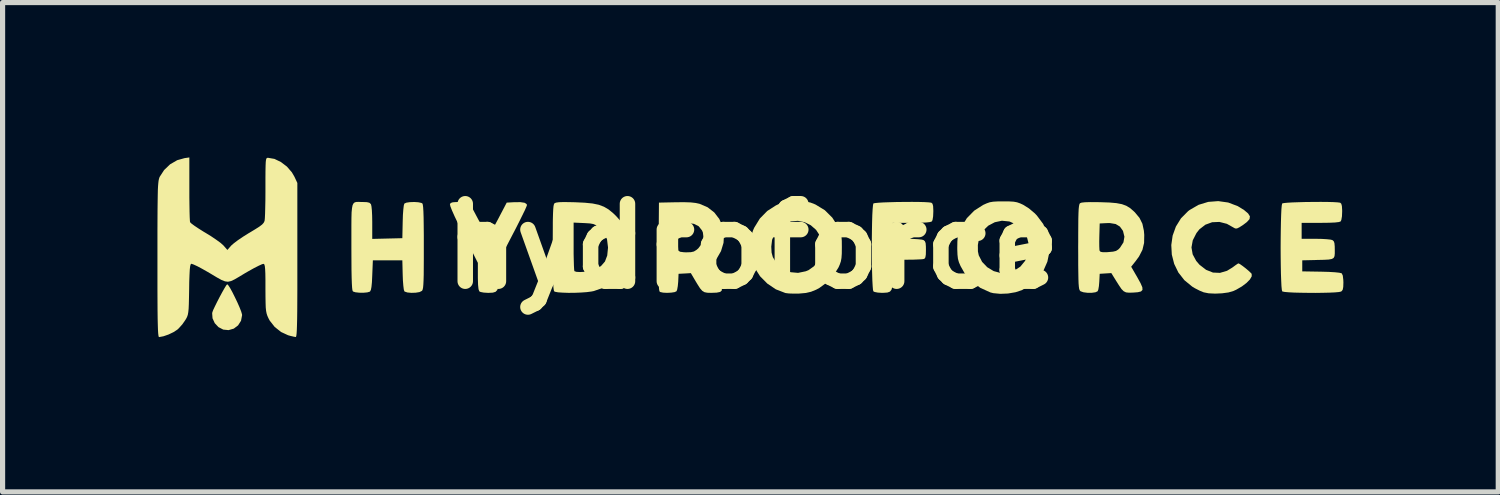
<source format=kicad_pcb>
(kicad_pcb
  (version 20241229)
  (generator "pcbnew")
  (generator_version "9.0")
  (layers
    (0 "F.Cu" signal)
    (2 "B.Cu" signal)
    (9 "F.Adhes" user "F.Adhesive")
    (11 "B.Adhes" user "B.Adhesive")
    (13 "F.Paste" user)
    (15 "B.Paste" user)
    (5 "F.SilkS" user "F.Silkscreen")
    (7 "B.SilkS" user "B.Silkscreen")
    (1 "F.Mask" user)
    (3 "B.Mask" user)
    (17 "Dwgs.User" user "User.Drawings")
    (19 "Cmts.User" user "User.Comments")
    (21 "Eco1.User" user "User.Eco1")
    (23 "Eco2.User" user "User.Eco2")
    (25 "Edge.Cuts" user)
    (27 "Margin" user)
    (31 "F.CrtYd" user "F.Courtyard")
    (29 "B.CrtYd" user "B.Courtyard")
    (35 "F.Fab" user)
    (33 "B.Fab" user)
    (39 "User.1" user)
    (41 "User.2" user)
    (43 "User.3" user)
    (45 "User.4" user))
  (footprint "hydroforce"
    (layer "F.Cu")
    (at 11.534 1.719)
    (property "Reference" "hydroforce" (at 0 0 0) (layer "F.SilkS") (effects (font (size 1.5 1.5) (thickness 0.3))))
    (attr board_only exclude_from_pos_files exclude_from_bom)
    (fp_poly (pts (xy -10.161 0.758) (xy -10.126 0.812) (xy -10.082 0.892) (xy -10.035 0.986) (xy -9.987 1.086) (xy -9.945 1.181) (xy -9.913 1.262) (xy -9.896 1.32) (xy -9.894 1.335) (xy -9.915 1.445) (xy -9.972 1.534) (xy -10.055 1.597) (xy -10.156 1.626) (xy -10.259 1.616) (xy -10.352 1.568) (xy -10.424 1.491) (xy -10.467 1.397) (xy -10.474 1.3) (xy -10.47 1.279) (xy -10.454 1.236) (xy -10.421 1.166) (xy -10.378 1.079) (xy -10.33 0.986) (xy -10.281 0.895) (xy -10.237 0.817) (xy -10.203 0.761) (xy -10.184 0.738) (xy -10.183 0.737)) (stroke (width 0) (type solid)) (fill yes) (layer "F.SilkS"))
    (fp_poly (pts (xy -5.328 -0.535) (xy -5.268 -0.424) (xy -5.215 -0.329) (xy -5.172 -0.259) (xy -5.144 -0.22) (xy -5.137 -0.214) (xy -5.117 -0.223) (xy -5.09 -0.254) (xy -5.053 -0.312) (xy -5.002 -0.4) (xy -4.935 -0.525) (xy -4.9 -0.592) (xy -4.768 -0.844) (xy -4.627 -0.852) (xy -4.503 -0.853) (xy -4.422 -0.841) (xy -4.382 -0.815) (xy -4.376 -0.795) (xy -4.387 -0.765) (xy -4.416 -0.698) (xy -4.463 -0.602) (xy -4.522 -0.483) (xy -4.591 -0.346) (xy -4.65 -0.233) (xy -4.923 0.293) (xy -4.923 0.561) (xy -4.925 0.695) (xy -4.932 0.789) (xy -4.951 0.849) (xy -4.984 0.884) (xy -5.037 0.9) (xy -5.114 0.904) (xy -5.134 0.904) (xy -5.214 0.899) (xy -5.275 0.887) (xy -5.299 0.875) (xy -5.314 0.834) (xy -5.323 0.748) (xy -5.327 0.617) (xy -5.327 0.585) (xy -5.327 0.323) (xy -5.605 -0.226) (xy -5.701 -0.419) (xy -5.776 -0.575) (xy -5.829 -0.694) (xy -5.86 -0.774) (xy -5.868 -0.814) (xy -5.868 -0.816) (xy -5.851 -0.837) (xy -5.814 -0.85) (xy -5.748 -0.855) (xy -5.675 -0.856) (xy -5.498 -0.856)) (stroke (width 0) (type solid)) (fill yes) (layer "F.SilkS"))
    (fp_poly (pts (xy 9.208 -0.846) (xy 9.393 -0.776) (xy 9.516 -0.7) (xy 9.594 -0.634) (xy 9.629 -0.578) (xy 9.622 -0.525) (xy 9.571 -0.468) (xy 9.5 -0.414) (xy 9.426 -0.366) (xy 9.378 -0.343) (xy 9.346 -0.343) (xy 9.327 -0.352) (xy 9.183 -0.433) (xy 9.038 -0.47) (xy 8.897 -0.464) (xy 8.766 -0.416) (xy 8.651 -0.327) (xy 8.594 -0.255) (xy 8.522 -0.114) (xy 8.497 0.024) (xy 8.52 0.158) (xy 8.589 0.286) (xy 8.653 0.36) (xy 8.78 0.458) (xy 8.913 0.511) (xy 9.049 0.517) (xy 9.185 0.477) (xy 9.287 0.415) (xy 9.348 0.37) (xy 9.392 0.34) (xy 9.408 0.333) (xy 9.436 0.347) (xy 9.487 0.383) (xy 9.548 0.43) (xy 9.606 0.479) (xy 9.649 0.52) (xy 9.663 0.536) (xy 9.664 0.584) (xy 9.629 0.645) (xy 9.563 0.712) (xy 9.473 0.78) (xy 9.366 0.842) (xy 9.31 0.868) (xy 9.214 0.896) (xy 9.089 0.913) (xy 8.955 0.919) (xy 8.83 0.913) (xy 8.734 0.894) (xy 8.656 0.862) (xy 8.564 0.815) (xy 8.511 0.783) (xy 8.36 0.659) (xy 8.243 0.51) (xy 8.162 0.343) (xy 8.116 0.163) (xy 8.106 -0.022) (xy 8.132 -0.205) (xy 8.195 -0.38) (xy 8.294 -0.54) (xy 8.431 -0.678) (xy 8.461 -0.701) (xy 8.634 -0.801) (xy 8.821 -0.858) (xy 9.015 -0.873)) (stroke (width 0) (type solid)) (fill yes) (layer "F.SilkS"))
    (fp_poly (pts (xy 3.212 -0.857) (xy 3.323 -0.854) (xy 3.407 -0.849) (xy 3.455 -0.843) (xy 3.458 -0.842) (xy 3.48 -0.822) (xy 3.492 -0.777) (xy 3.496 -0.696) (xy 3.496 -0.668) (xy 3.492 -0.577) (xy 3.481 -0.509) (xy 3.468 -0.48) (xy 3.434 -0.468) (xy 3.361 -0.459) (xy 3.245 -0.454) (xy 3.085 -0.452) (xy 3.075 -0.452) (xy 2.711 -0.452) (xy 2.711 -0.297) (xy 2.711 -0.143) (xy 2.986 -0.143) (xy 3.1 -0.141) (xy 3.2 -0.135) (xy 3.273 -0.127) (xy 3.307 -0.118) (xy 3.332 -0.097) (xy 3.347 -0.06) (xy 3.352 0.004) (xy 3.353 0.07) (xy 3.351 0.162) (xy 3.342 0.217) (xy 3.324 0.243) (xy 3.316 0.247) (xy 3.278 0.253) (xy 3.204 0.257) (xy 3.104 0.261) (xy 2.995 0.262) (xy 2.711 0.262) (xy 2.711 0.545) (xy 2.71 0.683) (xy 2.703 0.78) (xy 2.686 0.843) (xy 2.656 0.88) (xy 2.607 0.898) (xy 2.536 0.903) (xy 2.5 0.904) (xy 2.421 0.899) (xy 2.359 0.887) (xy 2.335 0.875) (xy 2.327 0.844) (xy 2.321 0.772) (xy 2.315 0.665) (xy 2.311 0.532) (xy 2.307 0.378) (xy 2.305 0.21) (xy 2.305 0.034) (xy 2.305 -0.141) (xy 2.307 -0.31) (xy 2.31 -0.467) (xy 2.314 -0.603) (xy 2.32 -0.713) (xy 2.327 -0.79) (xy 2.334 -0.826) (xy 2.335 -0.828) (xy 2.366 -0.835) (xy 2.436 -0.842) (xy 2.536 -0.848) (xy 2.66 -0.852) (xy 2.797 -0.856) (xy 2.94 -0.857) (xy 3.081 -0.858)) (stroke (width 0) (type solid)) (fill yes) (layer "F.SilkS"))
    (fp_poly (pts (xy 4.969 -0.867) (xy 5.053 -0.862) (xy 5.118 -0.85) (xy 5.178 -0.829) (xy 5.236 -0.802) (xy 5.348 -0.732) (xy 5.462 -0.636) (xy 5.502 -0.594) (xy 5.624 -0.431) (xy 5.704 -0.253) (xy 5.743 -0.068) (xy 5.743 0.119) (xy 5.705 0.301) (xy 5.63 0.472) (xy 5.519 0.626) (xy 5.373 0.757) (xy 5.211 0.852) (xy 5.088 0.892) (xy 4.942 0.917) (xy 4.793 0.923) (xy 4.658 0.91) (xy 4.602 0.896) (xy 4.406 0.807) (xy 4.238 0.681) (xy 4.101 0.522) (xy 4.024 0.386) (xy 3.992 0.312) (xy 3.973 0.244) (xy 3.964 0.165) (xy 3.96 0.06) (xy 3.96 0.024) (xy 3.961 -0.023) (xy 4.359 -0.023) (xy 4.36 0.101) (xy 4.376 0.177) (xy 4.441 0.304) (xy 4.541 0.408) (xy 4.666 0.483) (xy 4.804 0.52) (xy 4.852 0.522) (xy 4.945 0.512) (xy 5.038 0.486) (xy 5.054 0.479) (xy 5.181 0.397) (xy 5.274 0.284) (xy 5.331 0.148) (xy 5.346 -0.004) (xy 5.344 -0.04) (xy 5.306 -0.191) (xy 5.23 -0.317) (xy 5.118 -0.413) (xy 4.974 -0.477) (xy 4.964 -0.479) (xy 4.825 -0.493) (xy 4.687 -0.464) (xy 4.56 -0.397) (xy 4.455 -0.295) (xy 4.424 -0.251) (xy 4.381 -0.148) (xy 4.359 -0.023) (xy 3.961 -0.023) (xy 3.962 -0.088) (xy 3.968 -0.17) (xy 3.984 -0.238) (xy 4.011 -0.309) (xy 4.035 -0.362) (xy 4.145 -0.542) (xy 4.288 -0.688) (xy 4.461 -0.799) (xy 4.53 -0.83) (xy 4.59 -0.851) (xy 4.655 -0.862) (xy 4.741 -0.867) (xy 4.852 -0.868)) (stroke (width 0) (type solid)) (fill yes) (layer "F.SilkS"))
    (fp_poly (pts (xy -1.202 -0.848) (xy -1.106 -0.837) (xy -1.033 -0.821) (xy -0.875 -0.753) (xy -0.747 -0.653) (xy -0.65 -0.527) (xy -0.587 -0.383) (xy -0.559 -0.227) (xy -0.568 -0.065) (xy -0.617 0.096) (xy -0.705 0.249) (xy -0.727 0.278) (xy -0.773 0.338) (xy -0.803 0.387) (xy -0.809 0.405) (xy -0.797 0.438) (xy -0.766 0.499) (xy -0.721 0.578) (xy -0.702 0.61) (xy -0.637 0.723) (xy -0.602 0.802) (xy -0.6 0.855) (xy -0.632 0.886) (xy -0.701 0.9) (xy -0.808 0.904) (xy -0.809 0.904) (xy -0.883 0.902) (xy -0.937 0.891) (xy -0.98 0.865) (xy -1.023 0.816) (xy -1.074 0.736) (xy -1.108 0.68) (xy -1.201 0.522) (xy -1.32 0.529) (xy -1.439 0.535) (xy -1.446 0.689) (xy -1.454 0.773) (xy -1.466 0.841) (xy -1.479 0.873) (xy -1.516 0.89) (xy -1.583 0.9) (xy -1.663 0.904) (xy -1.739 0.9) (xy -1.793 0.888) (xy -1.802 0.884) (xy -1.81 0.869) (xy -1.817 0.832) (xy -1.821 0.77) (xy -1.825 0.679) (xy -1.827 0.555) (xy -1.827 0.394) (xy -1.827 0.193) (xy -1.826 0.01) (xy -1.825 -0.086) (xy -1.447 -0.086) (xy -1.447 0.005) (xy -1.444 0.067) (xy -1.44 0.088) (xy -1.409 0.108) (xy -1.333 0.118) (xy -1.285 0.119) (xy -1.199 0.116) (xy -1.142 0.103) (xy -1.093 0.073) (xy -1.057 0.042) (xy -0.985 -0.052) (xy -0.955 -0.158) (xy -0.968 -0.266) (xy -0.985 -0.305) (xy -1.049 -0.386) (xy -1.142 -0.433) (xy -1.268 -0.448) (xy -1.303 -0.447) (xy -1.439 -0.44) (xy -1.446 -0.192) (xy -1.447 -0.086) (xy -1.825 -0.086) (xy -1.819 -0.844) (xy -1.489 -0.851) (xy -1.326 -0.852)) (stroke (width 0) (type solid)) (fill yes) (layer "F.SilkS"))
    (fp_poly (pts (xy 0.961 -0.866) (xy 1.046 -0.86) (xy 1.113 -0.846) (xy 1.179 -0.822) (xy 1.217 -0.805) (xy 1.394 -0.697) (xy 1.539 -0.553) (xy 1.647 -0.384) (xy 1.682 -0.309) (xy 1.705 -0.247) (xy 1.717 -0.184) (xy 1.723 -0.104) (xy 1.724 0.007) (xy 1.724 0.023) (xy 1.723 0.142) (xy 1.717 0.228) (xy 1.705 0.295) (xy 1.683 0.358) (xy 1.66 0.41) (xy 1.566 0.562) (xy 1.438 0.699) (xy 1.289 0.809) (xy 1.226 0.843) (xy 1.127 0.883) (xy 1.028 0.906) (xy 0.907 0.917) (xy 0.893 0.918) (xy 0.792 0.919) (xy 0.699 0.916) (xy 0.634 0.908) (xy 0.627 0.906) (xy 0.446 0.836) (xy 0.281 0.725) (xy 0.14 0.583) (xy 0.034 0.416) (xy 0.002 0.346) (xy -0.018 0.286) (xy -0.03 0.221) (xy -0.035 0.136) (xy -0.036 0.024) (xy -0.036 0.009) (xy 0.357 0.009) (xy 0.363 0.124) (xy 0.387 0.212) (xy 0.437 0.294) (xy 0.48 0.346) (xy 0.597 0.446) (xy 0.731 0.504) (xy 0.876 0.517) (xy 1.025 0.486) (xy 1.079 0.464) (xy 1.183 0.39) (xy 1.268 0.283) (xy 1.325 0.156) (xy 1.349 0.022) (xy 1.345 -0.058) (xy 1.301 -0.199) (xy 1.225 -0.316) (xy 1.123 -0.405) (xy 1.003 -0.465) (xy 0.873 -0.491) (xy 0.74 -0.481) (xy 0.613 -0.432) (xy 0.533 -0.376) (xy 0.431 -0.259) (xy 0.373 -0.124) (xy 0.357 0.009) (xy -0.036 0.009) (xy -0.034 -0.095) (xy -0.029 -0.181) (xy -0.016 -0.248) (xy 0.005 -0.309) (xy 0.026 -0.357) (xy 0.136 -0.536) (xy 0.279 -0.682) (xy 0.447 -0.79) (xy 0.524 -0.826) (xy 0.588 -0.849) (xy 0.654 -0.862) (xy 0.737 -0.867) (xy 0.844 -0.868)) (stroke (width 0) (type solid)) (fill yes) (layer "F.SilkS"))
    (fp_poly (pts (xy -3.535 -0.853) (xy -3.443 -0.851) (xy -3.255 -0.842) (xy -3.105 -0.827) (xy -2.984 -0.802) (xy -2.884 -0.764) (xy -2.794 -0.711) (xy -2.706 -0.639) (xy -2.65 -0.585) (xy -2.549 -0.472) (xy -2.48 -0.36) (xy -2.438 -0.238) (xy -2.418 -0.092) (xy -2.415 0.036) (xy -2.417 0.15) (xy -2.427 0.235) (xy -2.446 0.309) (xy -2.48 0.39) (xy -2.482 0.395) (xy -2.584 0.562) (xy -2.72 0.699) (xy -2.887 0.802) (xy -3.081 0.869) (xy -3.126 0.878) (xy -3.217 0.89) (xy -3.328 0.898) (xy -3.45 0.903) (xy -3.572 0.904) (xy -3.683 0.9) (xy -3.773 0.894) (xy -3.832 0.883) (xy -3.848 0.875) (xy -3.856 0.853) (xy -3.863 0.803) (xy -3.868 0.722) (xy -3.872 0.606) (xy -3.875 0.453) (xy -3.876 0.258) (xy -3.877 0.022) (xy -3.876 -0.202) (xy -3.875 -0.383) (xy -3.875 -0.457) (xy -3.472 -0.457) (xy -3.472 0.005) (xy -3.472 0.149) (xy -3.469 0.276) (xy -3.466 0.379) (xy -3.462 0.451) (xy -3.457 0.483) (xy -3.456 0.484) (xy -3.417 0.497) (xy -3.347 0.501) (xy -3.259 0.496) (xy -3.168 0.485) (xy -3.089 0.467) (xy -3.056 0.454) (xy -2.942 0.385) (xy -2.865 0.297) (xy -2.821 0.181) (xy -2.806 0.033) (xy -2.806 0.021) (xy -2.825 -0.134) (xy -2.883 -0.262) (xy -2.981 -0.367) (xy -2.989 -0.373) (xy -3.039 -0.407) (xy -3.09 -0.429) (xy -3.157 -0.441) (xy -3.254 -0.447) (xy -3.274 -0.448) (xy -3.472 -0.457) (xy -3.875 -0.457) (xy -3.874 -0.526) (xy -3.871 -0.635) (xy -3.867 -0.715) (xy -3.862 -0.771) (xy -3.855 -0.806) (xy -3.846 -0.826) (xy -3.841 -0.832) (xy -3.812 -0.844) (xy -3.754 -0.852) (xy -3.664 -0.855)) (stroke (width 0) (type solid)) (fill yes) (layer "F.SilkS"))
    (fp_poly (pts (xy -7.586 -0.856) (xy -7.562 -0.856) (xy -7.478 -0.853) (xy -7.429 -0.842) (xy -7.402 -0.818) (xy -7.397 -0.81) (xy -7.388 -0.77) (xy -7.38 -0.693) (xy -7.375 -0.589) (xy -7.373 -0.47) (xy -7.373 -0.453) (xy -7.373 -0.141) (xy -7.081 -0.148) (xy -6.79 -0.155) (xy -6.783 -0.474) (xy -6.779 -0.604) (xy -6.771 -0.711) (xy -6.762 -0.787) (xy -6.751 -0.825) (xy -6.751 -0.825) (xy -6.712 -0.843) (xy -6.643 -0.853) (xy -6.56 -0.856) (xy -6.481 -0.851) (xy -6.421 -0.838) (xy -6.402 -0.828) (xy -6.394 -0.806) (xy -6.387 -0.755) (xy -6.382 -0.674) (xy -6.378 -0.558) (xy -6.376 -0.404) (xy -6.374 -0.208) (xy -6.374 0.015) (xy -6.374 0.237) (xy -6.375 0.416) (xy -6.376 0.556) (xy -6.379 0.664) (xy -6.383 0.743) (xy -6.388 0.799) (xy -6.395 0.835) (xy -6.404 0.857) (xy -6.411 0.866) (xy -6.457 0.889) (xy -6.531 0.901) (xy -6.614 0.904) (xy -6.691 0.897) (xy -6.743 0.88) (xy -6.751 0.873) (xy -6.762 0.837) (xy -6.771 0.764) (xy -6.779 0.663) (xy -6.783 0.557) (xy -6.79 0.274) (xy -7.075 0.274) (xy -7.361 0.274) (xy -7.373 0.566) (xy -7.379 0.697) (xy -7.388 0.788) (xy -7.399 0.845) (xy -7.414 0.875) (xy -7.42 0.881) (xy -7.469 0.895) (xy -7.543 0.902) (xy -7.625 0.901) (xy -7.698 0.893) (xy -7.745 0.878) (xy -7.748 0.875) (xy -7.757 0.853) (xy -7.763 0.804) (xy -7.768 0.723) (xy -7.772 0.608) (xy -7.775 0.455) (xy -7.776 0.261) (xy -7.777 0.023) (xy -7.777 0.01) (xy -7.777 -0.217) (xy -7.777 -0.4) (xy -7.776 -0.545) (xy -7.773 -0.656) (xy -7.765 -0.737) (xy -7.754 -0.793) (xy -7.736 -0.829) (xy -7.712 -0.849) (xy -7.679 -0.857) (xy -7.638 -0.858)) (stroke (width 0) (type solid)) (fill yes) (layer "F.SilkS"))
    (fp_poly (pts (xy 11.131 -0.857) (xy 11.242 -0.854) (xy 11.326 -0.849) (xy 11.374 -0.843) (xy 11.378 -0.842) (xy 11.399 -0.822) (xy 11.411 -0.777) (xy 11.416 -0.696) (xy 11.416 -0.668) (xy 11.412 -0.577) (xy 11.4 -0.509) (xy 11.387 -0.48) (xy 11.354 -0.468) (xy 11.28 -0.459) (xy 11.165 -0.454) (xy 11.005 -0.452) (xy 10.995 -0.452) (xy 10.631 -0.452) (xy 10.631 -0.297) (xy 10.631 -0.143) (xy 10.906 -0.143) (xy 11.02 -0.141) (xy 11.119 -0.135) (xy 11.193 -0.127) (xy 11.227 -0.118) (xy 11.252 -0.097) (xy 11.266 -0.061) (xy 11.272 0.003) (xy 11.273 0.072) (xy 11.273 0.143) (xy 11.268 0.193) (xy 11.251 0.227) (xy 11.215 0.248) (xy 11.154 0.259) (xy 11.06 0.264) (xy 10.926 0.267) (xy 10.904 0.268) (xy 10.643 0.274) (xy 10.643 0.381) (xy 10.643 0.488) (xy 11.01 0.494) (xy 11.156 0.498) (xy 11.275 0.505) (xy 11.36 0.514) (xy 11.405 0.525) (xy 11.408 0.527) (xy 11.428 0.569) (xy 11.438 0.652) (xy 11.44 0.704) (xy 11.437 0.79) (xy 11.427 0.842) (xy 11.407 0.87) (xy 11.394 0.879) (xy 11.354 0.888) (xy 11.276 0.895) (xy 11.169 0.9) (xy 11.041 0.903) (xy 10.901 0.905) (xy 10.756 0.904) (xy 10.615 0.902) (xy 10.486 0.899) (xy 10.378 0.893) (xy 10.3 0.886) (xy 10.258 0.877) (xy 10.255 0.875) (xy 10.247 0.844) (xy 10.24 0.772) (xy 10.235 0.665) (xy 10.23 0.532) (xy 10.227 0.378) (xy 10.225 0.21) (xy 10.224 0.034) (xy 10.225 -0.141) (xy 10.227 -0.31) (xy 10.23 -0.467) (xy 10.234 -0.603) (xy 10.239 -0.713) (xy 10.246 -0.79) (xy 10.254 -0.826) (xy 10.255 -0.828) (xy 10.286 -0.835) (xy 10.355 -0.842) (xy 10.456 -0.848) (xy 10.579 -0.852) (xy 10.717 -0.856) (xy 10.86 -0.857) (xy 11.001 -0.858)) (stroke (width 0) (type solid)) (fill yes) (layer "F.SilkS"))
    (fp_poly (pts (xy 6.678 -0.853) (xy 6.736 -0.852) (xy 6.909 -0.846) (xy 7.044 -0.834) (xy 7.149 -0.814) (xy 7.234 -0.783) (xy 7.307 -0.739) (xy 7.377 -0.678) (xy 7.401 -0.655) (xy 7.49 -0.548) (xy 7.546 -0.435) (xy 7.575 -0.3) (xy 7.582 -0.219) (xy 7.579 -0.063) (xy 7.547 0.071) (xy 7.481 0.199) (xy 7.42 0.283) (xy 7.329 0.398) (xy 7.45 0.607) (xy 7.511 0.718) (xy 7.545 0.796) (xy 7.548 0.847) (xy 7.519 0.877) (xy 7.457 0.892) (xy 7.365 0.899) (xy 7.287 0.901) (xy 7.229 0.895) (xy 7.184 0.873) (xy 7.141 0.83) (xy 7.092 0.758) (xy 7.037 0.671) (xy 6.944 0.521) (xy 6.831 0.528) (xy 6.719 0.535) (xy 6.711 0.689) (xy 6.704 0.773) (xy 6.692 0.841) (xy 6.679 0.873) (xy 6.637 0.893) (xy 6.566 0.903) (xy 6.483 0.903) (xy 6.405 0.893) (xy 6.35 0.874) (xy 6.34 0.866) (xy 6.33 0.851) (xy 6.321 0.825) (xy 6.315 0.783) (xy 6.31 0.721) (xy 6.307 0.634) (xy 6.305 0.516) (xy 6.303 0.364) (xy 6.303 0.172) (xy 6.302 0.013) (xy 6.303 -0.085) (xy 6.71 -0.085) (xy 6.711 0.006) (xy 6.714 0.069) (xy 6.718 0.09) (xy 6.737 0.109) (xy 6.782 0.117) (xy 6.862 0.116) (xy 6.889 0.114) (xy 6.977 0.106) (xy 7.035 0.092) (xy 7.078 0.065) (xy 7.113 0.029) (xy 7.179 -0.074) (xy 7.198 -0.183) (xy 7.171 -0.293) (xy 7.17 -0.296) (xy 7.111 -0.379) (xy 7.029 -0.429) (xy 6.916 -0.448) (xy 6.854 -0.447) (xy 6.719 -0.44) (xy 6.712 -0.192) (xy 6.71 -0.085) (xy 6.303 -0.085) (xy 6.303 -0.211) (xy 6.304 -0.391) (xy 6.305 -0.533) (xy 6.308 -0.642) (xy 6.312 -0.721) (xy 6.318 -0.775) (xy 6.325 -0.809) (xy 6.334 -0.828) (xy 6.337 -0.832) (xy 6.369 -0.844) (xy 6.434 -0.851) (xy 6.535 -0.854)) (stroke (width 0) (type solid)) (fill yes) (layer "F.SilkS"))
    (fp_poly (pts (xy -10.916 -1.111) (xy -10.916 -0.944) (xy -10.914 -0.792) (xy -10.912 -0.661) (xy -10.909 -0.558) (xy -10.905 -0.49) (xy -10.902 -0.465) (xy -10.876 -0.439) (xy -10.818 -0.396) (xy -10.734 -0.34) (xy -10.634 -0.277) (xy -10.608 -0.262) (xy -10.497 -0.194) (xy -10.395 -0.125) (xy -10.311 -0.064) (xy -10.258 -0.017) (xy -10.254 -0.012) (xy -10.179 0.073) (xy -10.106 -0.011) (xy -10.057 -0.054) (xy -9.978 -0.114) (xy -9.878 -0.182) (xy -9.768 -0.251) (xy -9.752 -0.26) (xy -9.638 -0.329) (xy -9.558 -0.38) (xy -9.507 -0.419) (xy -9.477 -0.452) (xy -9.461 -0.484) (xy -9.457 -0.501) (xy -9.453 -0.546) (xy -9.449 -0.631) (xy -9.446 -0.747) (xy -9.443 -0.888) (xy -9.442 -1.046) (xy -9.442 -1.145) (xy -9.442 -1.323) (xy -9.441 -1.459) (xy -9.439 -1.56) (xy -9.436 -1.629) (xy -9.431 -1.673) (xy -9.423 -1.698) (xy -9.412 -1.709) (xy -9.398 -1.712) (xy -9.391 -1.712) (xy -9.268 -1.691) (xy -9.143 -1.631) (xy -9.026 -1.542) (xy -8.93 -1.431) (xy -8.88 -1.345) (xy -8.824 -1.225) (xy -8.824 0.268) (xy -8.824 0.579) (xy -8.824 0.846) (xy -8.825 1.072) (xy -8.826 1.259) (xy -8.828 1.412) (xy -8.831 1.532) (xy -8.834 1.623) (xy -8.838 1.688) (xy -8.843 1.731) (xy -8.849 1.754) (xy -8.855 1.76) (xy -8.894 1.753) (xy -8.961 1.737) (xy -9.004 1.725) (xy -9.14 1.662) (xy -9.263 1.564) (xy -9.359 1.442) (xy -9.385 1.393) (xy -9.405 1.348) (xy -9.419 1.305) (xy -9.429 1.255) (xy -9.436 1.19) (xy -9.439 1.103) (xy -9.441 0.985) (xy -9.442 0.828) (xy -9.442 0.814) (xy -9.442 0.65) (xy -9.444 0.528) (xy -9.448 0.443) (xy -9.454 0.387) (xy -9.463 0.355) (xy -9.475 0.342) (xy -9.476 0.342) (xy -9.507 0.349) (xy -9.571 0.378) (xy -9.66 0.423) (xy -9.766 0.482) (xy -9.837 0.523) (xy -9.953 0.593) (xy -10.041 0.644) (xy -10.109 0.676) (xy -10.168 0.689) (xy -10.226 0.681) (xy -10.294 0.654) (xy -10.381 0.606) (xy -10.496 0.537) (xy -10.564 0.497) (xy -10.67 0.437) (xy -10.762 0.388) (xy -10.834 0.355) (xy -10.875 0.341) (xy -10.881 0.342) (xy -10.892 0.356) (xy -10.901 0.392) (xy -10.908 0.456) (xy -10.913 0.553) (xy -10.918 0.687) (xy -10.92 0.837) (xy -10.923 1) (xy -10.926 1.124) (xy -10.93 1.214) (xy -10.937 1.28) (xy -10.946 1.329) (xy -10.959 1.367) (xy -10.977 1.403) (xy -10.994 1.431) (xy -11.051 1.513) (xy -11.12 1.59) (xy -11.148 1.616) (xy -11.223 1.665) (xy -11.319 1.711) (xy -11.417 1.745) (xy -11.497 1.76) (xy -11.503 1.76) (xy -11.51 1.753) (xy -11.515 1.728) (xy -11.52 1.684) (xy -11.524 1.617) (xy -11.527 1.525) (xy -11.53 1.402) (xy -11.532 1.248) (xy -11.533 1.058) (xy -11.534 0.83) (xy -11.534 0.561) (xy -11.534 0.256) (xy -11.534 -0.05) (xy -11.534 -0.312) (xy -11.533 -0.534) (xy -11.532 -0.719) (xy -11.53 -0.871) (xy -11.528 -0.995) (xy -11.526 -1.092) (xy -11.522 -1.168) (xy -11.517 -1.225) (xy -11.512 -1.268) (xy -11.505 -1.3) (xy -11.498 -1.325) (xy -11.49 -1.344) (xy -11.405 -1.475) (xy -11.289 -1.586) (xy -11.151 -1.666) (xy -11.008 -1.706) (xy -10.916 -1.719)) (stroke (width 0) (type solid)) (fill yes) (layer "F.SilkS")))
  (gr_rect
    (start -3 -3)
    (end 25.974 6.479)
    (stroke (width 0.1) (type default))
    (fill no)
    (layer "Edge.Cuts")))
</source>
